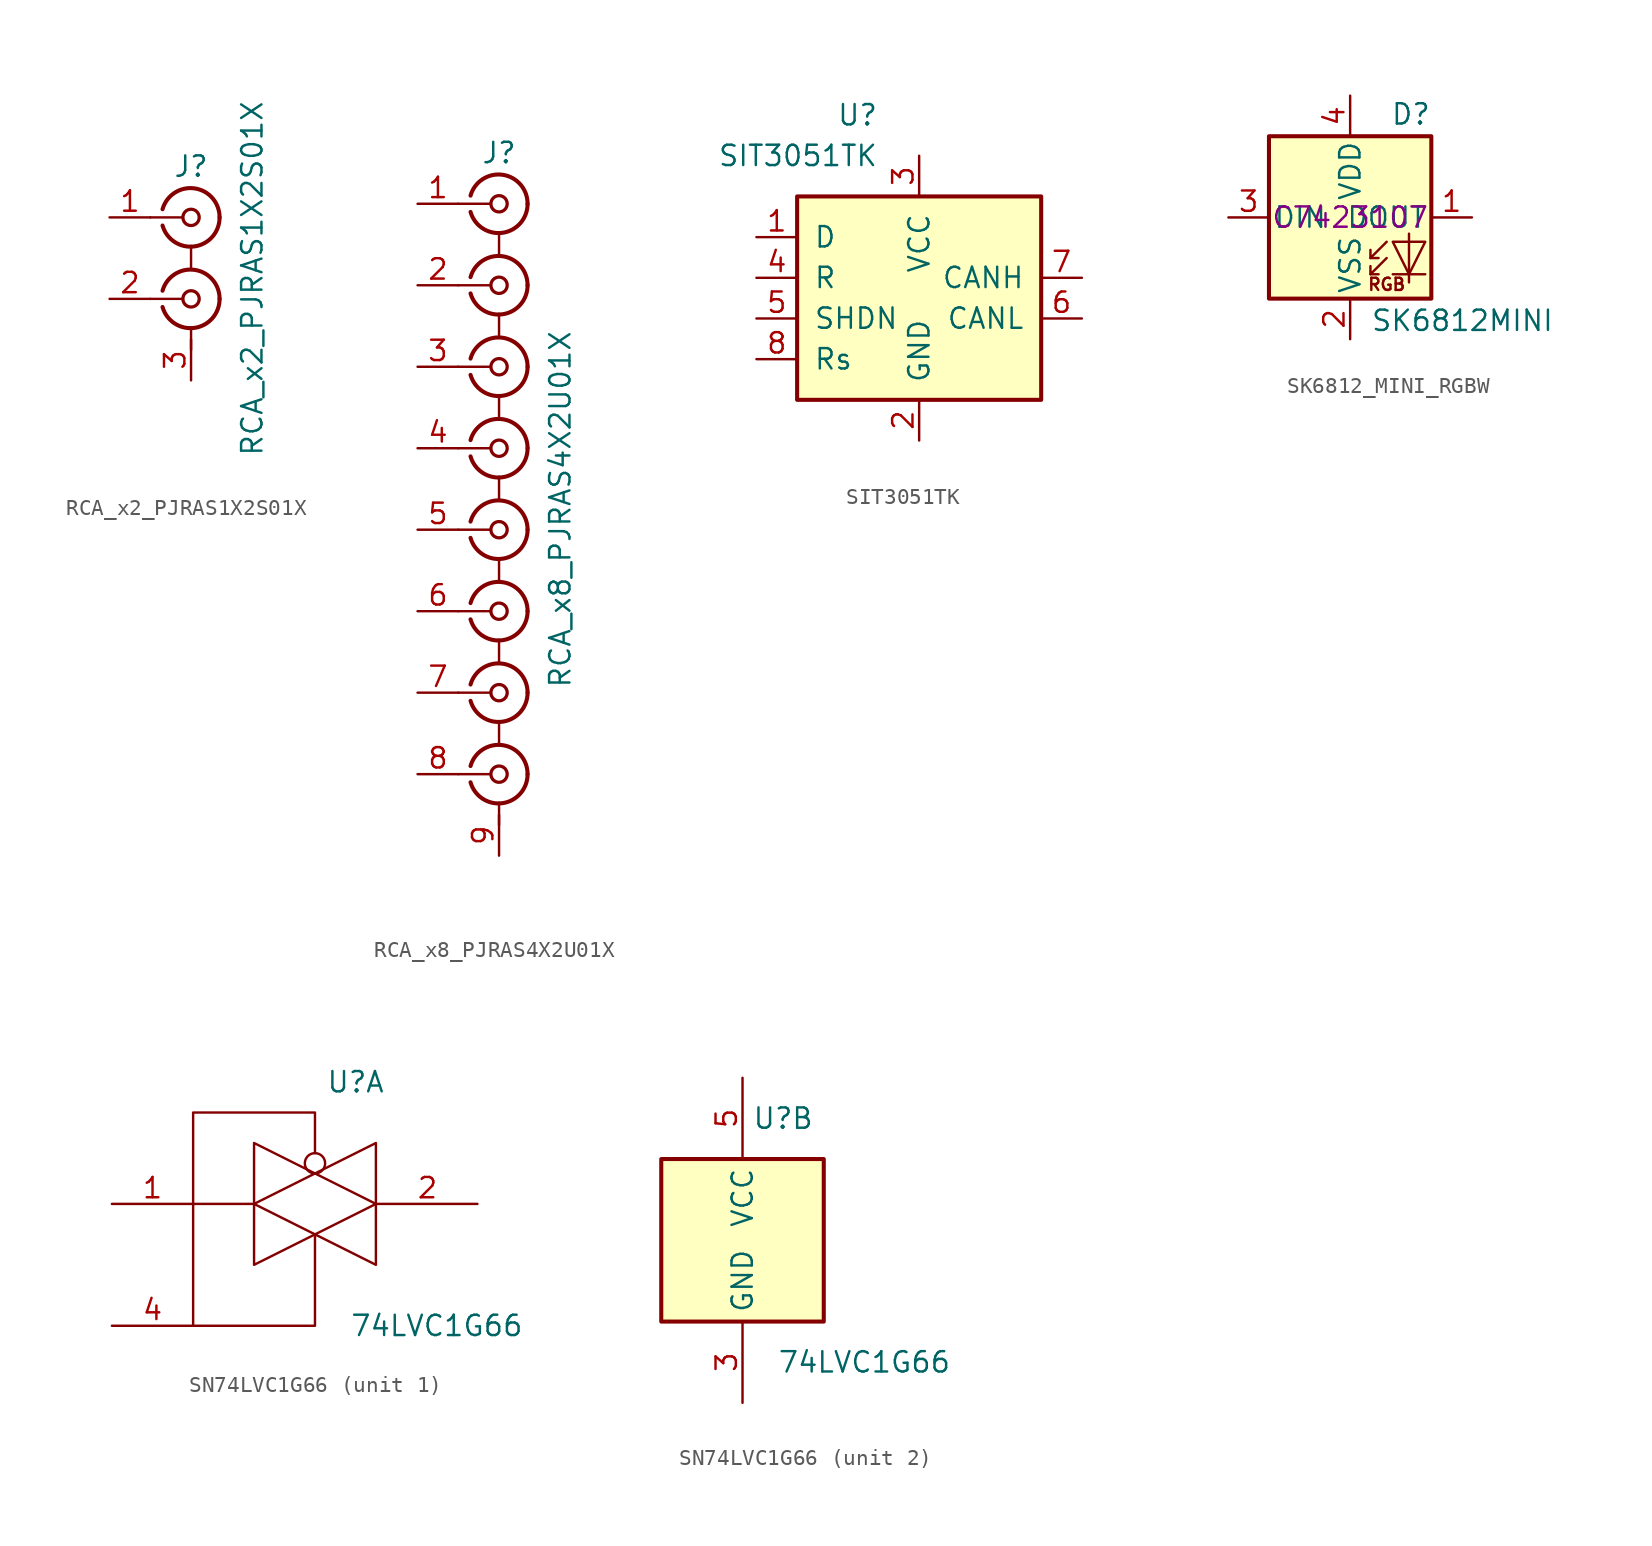
<source format=kicad_sym>
(kicad_symbol_lib
  (version 20220914)
  (generator kicad_symbol_editor)
  (symbol "RCA_x2_PJRAS1X2S01X"
    (pin_names
      (offset 1.016) hide)
    (property "Reference" "J"
      (at 0 5.715 0)
      (effects (font (size 1.27 1.27))))
    (property "Value" "RCA_x2_PJRAS1X2S01X"
      (at 3.81 -1.27 90)
      (effects (font (size 1.27 1.27))))
    (symbol "RCA_x2_PJRAS1X2S01X_0_1"
      (arc (start -1.778 -3.048) (mid 0.222 -4.348) (end 1.778 -2.54) (stroke (width 0.254) (type default)) (fill (type none)))
      (arc (start -1.778 2.032) (mid 0.222 0.732) (end 1.778 2.54) (stroke (width 0.254) (type default)) (fill (type none)))
      (circle (center 0 -2.54) (radius 0.508) (stroke (width 0.203) (type default)) (fill (type none)))
      (polyline (pts (xy -2.54 -2.54) (xy -0.508 -2.54)) (stroke (width 0) (type default)) (fill (type none)))
      (polyline (pts (xy -2.54 2.54) (xy -0.508 2.54)) (stroke (width 0) (type default)) (fill (type none)))
      (polyline (pts (xy 0 -4.318) (xy 0 -5.715)) (stroke (width 0) (type default)) (fill (type none)))
      (polyline (pts (xy 0 0.762) (xy 0 -0.635)) (stroke (width 0) (type default)) (fill (type none)))
      (circle (center 0 2.54) (radius 0.508) (stroke (width 0.203) (type default)) (fill (type none)))
      (arc (start 1.778 -2.54) (mid 0.222 -0.7317) (end -1.778 -2.032) (stroke (width 0.254) (type default)) (fill (type none)))
      (arc (start 1.778 2.54) (mid 0.222 4.3483) (end -1.778 3.048) (stroke (width 0.254) (type default)) (fill (type none))))
    (symbol "RCA_x2_PJRAS1X2S01X_1_1"
      (pin passive line (at -5.08 2.54 0) (length 2.54) (name "IN1" (effects (font (size 1.27 1.27)))) (number "1" (effects (font (size 1.27 1.27)))))
      (pin passive line (at -5.08 -2.54 0) (length 2.54) (name "IN2" (effects (font (size 1.27 1.27)))) (number "2" (effects (font (size 1.27 1.27)))))
      (pin passive line (at 0 -7.62 90) (length 2.54) (name "GND" (effects (font (size 1.27 1.27)))) (number "3" (effects (font (size 1.27 1.27)))))))
  (symbol "RCA_x8_PJRAS4X2U01X"
    (pin_names
      (offset 1.016) hide)
    (property "Reference" "J"
      (at 0 20.955 0)
      (effects (font (size 1.27 1.27))))
    (property "Value" "RCA_x8_PJRAS4X2U01X"
      (at 3.81 -1.27 90)
      (effects (font (size 1.27 1.27))))
    (symbol "RCA_x8_PJRAS4X2U01X_0_1"
      (arc (start -1.778 -18.288) (mid 0.222 -19.588) (end 1.778 -17.78) (stroke (width 0.254) (type default)) (fill (type none)))
      (arc (start -1.778 -13.208) (mid 0.222 -14.508) (end 1.778 -12.7) (stroke (width 0.254) (type default)) (fill (type none)))
      (arc (start -1.778 -8.128) (mid 0.222 -9.428) (end 1.778 -7.62) (stroke (width 0.254) (type default)) (fill (type none)))
      (arc (start -1.778 -3.048) (mid 0.222 -4.348) (end 1.778 -2.54) (stroke (width 0.254) (type default)) (fill (type none)))
      (arc (start -1.778 2.032) (mid 0.222 0.732) (end 1.778 2.54) (stroke (width 0.254) (type default)) (fill (type none)))
      (arc (start -1.778 7.112) (mid 0.222 5.812) (end 1.778 7.62) (stroke (width 0.254) (type default)) (fill (type none)))
      (arc (start -1.778 12.192) (mid 0.222 10.892) (end 1.778 12.7) (stroke (width 0.254) (type default)) (fill (type none)))
      (arc (start -1.778 17.272) (mid 0.222 15.972) (end 1.778 17.78) (stroke (width 0.254) (type default)) (fill (type none)))
      (circle (center 0 -17.78) (radius 0.508) (stroke (width 0.203) (type default)) (fill (type none)))
      (circle (center 0 -12.7) (radius 0.508) (stroke (width 0.203) (type default)) (fill (type none)))
      (circle (center 0 -7.62) (radius 0.508) (stroke (width 0.203) (type default)) (fill (type none)))
      (circle (center 0 -2.54) (radius 0.508) (stroke (width 0.203) (type default)) (fill (type none)))
      (polyline (pts (xy -2.54 -17.78) (xy -0.508 -17.78)) (stroke (width 0) (type default)) (fill (type none)))
      (polyline (pts (xy -2.54 -12.7) (xy -0.508 -12.7)) (stroke (width 0) (type default)) (fill (type none)))
      (polyline (pts (xy -2.54 -7.62) (xy -0.508 -7.62)) (stroke (width 0) (type default)) (fill (type none)))
      (polyline (pts (xy -2.54 -2.54) (xy -0.508 -2.54)) (stroke (width 0) (type default)) (fill (type none)))
      (polyline (pts (xy -2.54 2.54) (xy -0.508 2.54)) (stroke (width 0) (type default)) (fill (type none)))
      (polyline (pts (xy -2.54 7.62) (xy -0.508 7.62)) (stroke (width 0) (type default)) (fill (type none)))
      (polyline (pts (xy -2.54 12.7) (xy -0.508 12.7)) (stroke (width 0) (type default)) (fill (type none)))
      (polyline (pts (xy -2.54 17.78) (xy -0.508 17.78)) (stroke (width 0) (type default)) (fill (type none)))
      (polyline (pts (xy 0 -19.558) (xy 0 -20.955)) (stroke (width 0) (type default)) (fill (type none)))
      (polyline (pts (xy 0 -14.478) (xy 0 -15.875)) (stroke (width 0) (type default)) (fill (type none)))
      (polyline (pts (xy 0 -9.398) (xy 0 -10.795)) (stroke (width 0) (type default)) (fill (type none)))
      (polyline (pts (xy 0 -4.318) (xy 0 -5.715)) (stroke (width 0) (type default)) (fill (type none)))
      (polyline (pts (xy 0 0.762) (xy 0 -0.635)) (stroke (width 0) (type default)) (fill (type none)))
      (polyline (pts (xy 0 5.842) (xy 0 4.445)) (stroke (width 0) (type default)) (fill (type none)))
      (polyline (pts (xy 0 10.922) (xy 0 9.525)) (stroke (width 0) (type default)) (fill (type none)))
      (polyline (pts (xy 0 16.002) (xy 0 14.605)) (stroke (width 0) (type default)) (fill (type none)))
      (circle (center 0 2.54) (radius 0.508) (stroke (width 0.203) (type default)) (fill (type none)))
      (circle (center 0 7.62) (radius 0.508) (stroke (width 0.203) (type default)) (fill (type none)))
      (circle (center 0 12.7) (radius 0.508) (stroke (width 0.203) (type default)) (fill (type none)))
      (circle (center 0 17.78) (radius 0.508) (stroke (width 0.203) (type default)) (fill (type none)))
      (arc (start 1.778 -17.78) (mid 0.222 -15.9717) (end -1.778 -17.272) (stroke (width 0.254) (type default)) (fill (type none)))
      (arc (start 1.778 -12.7) (mid 0.222 -10.8917) (end -1.778 -12.192) (stroke (width 0.254) (type default)) (fill (type none)))
      (arc (start 1.778 -7.62) (mid 0.222 -5.8117) (end -1.778 -7.112) (stroke (width 0.254) (type default)) (fill (type none)))
      (arc (start 1.778 -2.54) (mid 0.222 -0.7317) (end -1.778 -2.032) (stroke (width 0.254) (type default)) (fill (type none)))
      (arc (start 1.778 2.54) (mid 0.222 4.3483) (end -1.778 3.048) (stroke (width 0.254) (type default)) (fill (type none)))
      (arc (start 1.778 7.62) (mid 0.222 9.4283) (end -1.778 8.128) (stroke (width 0.254) (type default)) (fill (type none)))
      (arc (start 1.778 12.7) (mid 0.222 14.5083) (end -1.778 13.208) (stroke (width 0.254) (type default)) (fill (type none)))
      (arc (start 1.778 17.78) (mid 0.222 19.5883) (end -1.778 18.288) (stroke (width 0.254) (type default)) (fill (type none))))
    (symbol "RCA_x8_PJRAS4X2U01X_1_1"
      (pin passive line (at -5.08 17.78 0) (length 2.54) (name "IN1" (effects (font (size 1.27 1.27)))) (number "1" (effects (font (size 1.27 1.27)))))
      (pin passive line (at -5.08 12.7 0) (length 2.54) (name "IN2" (effects (font (size 1.27 1.27)))) (number "2" (effects (font (size 1.27 1.27)))))
      (pin passive line (at -5.08 7.62 0) (length 2.54) (name "IN3" (effects (font (size 1.27 1.27)))) (number "3" (effects (font (size 1.27 1.27)))))
      (pin passive line (at -5.08 2.54 0) (length 2.54) (name "IN4" (effects (font (size 1.27 1.27)))) (number "4" (effects (font (size 1.27 1.27)))))
      (pin passive line (at -5.08 -2.54 0) (length 2.54) (name "IN5" (effects (font (size 1.27 1.27)))) (number "5" (effects (font (size 1.27 1.27)))))
      (pin passive line (at -5.08 -7.62 0) (length 2.54) (name "IN6" (effects (font (size 1.27 1.27)))) (number "6" (effects (font (size 1.27 1.27)))))
      (pin passive line (at -5.08 -12.7 0) (length 2.54) (name "IN7" (effects (font (size 1.27 1.27)))) (number "7" (effects (font (size 1.27 1.27)))))
      (pin passive line (at -5.08 -17.78 0) (length 2.54) (name "IN8" (effects (font (size 1.27 1.27)))) (number "8" (effects (font (size 1.27 1.27)))))
      (pin passive line (at 0 -22.86 90) (length 2.54) (name "GND" (effects (font (size 1.27 1.27)))) (number "9" (effects (font (size 1.27 1.27)))))))
  (symbol "SIT3051TK"
    (pin_names
      (offset 1.016))
    (property "Reference" "U"
      (at -2.54 10.16 0)
      (effects (font (size 1.27 1.27)) (justify right)))
    (property "Value" "SIT3051TK"
      (at -2.54 7.62 0)
      (effects (font (size 1.27 1.27)) (justify right)))
    (symbol "SIT3051TK_0_1"
      (rectangle (start -7.62 5.08) (end 7.62 -7.62) (stroke (width 0.254) (type default)) (fill (type background))))
    (symbol "SIT3051TK_1_1"
      (pin input line (at -10.16 2.54 0) (length 2.54) (name "D" (effects (font (size 1.27 1.27)))) (number "1" (effects (font (size 1.27 1.27)))))
      (pin power_in line (at 0 -10.16 90) (length 2.54) (name "GND" (effects (font (size 1.27 1.27)))) (number "2" (effects (font (size 1.27 1.27)))))
      (pin power_in line (at 0 7.62 270) (length 2.54) (name "VCC" (effects (font (size 1.27 1.27)))) (number "3" (effects (font (size 1.27 1.27)))))
      (pin output line (at -10.16 0 0) (length 2.54) (name "R" (effects (font (size 1.27 1.27)))) (number "4" (effects (font (size 1.27 1.27)))))
      (pin output line (at -10.16 -2.54 0) (length 2.54) (name "SHDN" (effects (font (size 1.27 1.27)))) (number "5" (effects (font (size 1.27 1.27)))))
      (pin bidirectional line (at 10.16 -2.54 180) (length 2.54) (name "CANL" (effects (font (size 1.27 1.27)))) (number "6" (effects (font (size 1.27 1.27)))))
      (pin bidirectional line (at 10.16 0 180) (length 2.54) (name "CANH" (effects (font (size 1.27 1.27)))) (number "7" (effects (font (size 1.27 1.27)))))
      (pin input line (at -10.16 -5.08 0) (length 2.54) (name "Rs" (effects (font (size 1.27 1.27)))) (number "8" (effects (font (size 1.27 1.27)))))
      (pin power_in line (at 0 -10.16 90) (length 2.54) hide (name "GND" (effects (font (size 1.27 1.27)))) (number "9" (effects (font (size 1.27 1.27)))))))
  (symbol "SK6812_MINI_RGBW"
    (pin_names
      (offset 0.254))
    (property "Reference" "D"
      (at 5.08 5.715 0)
      (effects (font (size 1.27 1.27)) (justify right bottom)))
    (property "Value" "SK6812MINI"
      (at 1.27 -5.715 0)
      (effects (font (size 1.27 1.27)) (justify left top)))
    (property "LCSC" "C7423107"
      (at 0 0 0)
      (effects (font (size 1.27 1.27))))
    (symbol "SK6812_MINI_RGBW_0_0"
      (text "RGB" (at 2.286 -4.191 0) (effects (font (size 0.762 0.762)))))
    (symbol "SK6812_MINI_RGBW_0_1"
      (polyline (pts (xy 1.27 -3.556) (xy 1.778 -3.556)) (stroke (width 0) (type default)) (fill (type none)))
      (polyline (pts (xy 1.27 -2.54) (xy 1.778 -2.54)) (stroke (width 0) (type default)) (fill (type none)))
      (polyline (pts (xy 4.699 -3.556) (xy 2.667 -3.556)) (stroke (width 0) (type default)) (fill (type none)))
      (polyline (pts (xy 2.286 -2.54) (xy 1.27 -3.556) (xy 1.27 -3.048)) (stroke (width 0) (type default)) (fill (type none)))
      (polyline (pts (xy 2.286 -1.524) (xy 1.27 -2.54) (xy 1.27 -2.032)) (stroke (width 0) (type default)) (fill (type none)))
      (polyline (pts (xy 3.683 -1.016) (xy 3.683 -3.556) (xy 3.683 -4.064)) (stroke (width 0) (type default)) (fill (type none)))
      (polyline (pts (xy 4.699 -1.524) (xy 2.667 -1.524) (xy 3.683 -3.556) (xy 4.699 -1.524)) (stroke (width 0) (type default)) (fill (type none)))
      (rectangle (start 5.08 5.08) (end -5.08 -5.08) (stroke (width 0.254) (type default)) (fill (type background))))
    (symbol "SK6812_MINI_RGBW_1_1"
      (pin output line (at 7.62 0 180) (length 2.54) (name "DOUT" (effects (font (size 1.27 1.27)))) (number "1" (effects (font (size 1.27 1.27)))))
      (pin power_in line (at 0 -7.62 90) (length 2.54) (name "VSS" (effects (font (size 1.27 1.27)))) (number "2" (effects (font (size 1.27 1.27)))))
      (pin input line (at -7.62 0 0) (length 2.54) (name "DIN" (effects (font (size 1.27 1.27)))) (number "3" (effects (font (size 1.27 1.27)))))
      (pin power_in line (at 0 7.62 270) (length 2.54) (name "VDD" (effects (font (size 1.27 1.27)))) (number "4" (effects (font (size 1.27 1.27)))))))
  (symbol "SN74LVC1G66"
    (property "Reference" "U"
      (at 2.54 7.62 0)
      (effects (font (size 1.27 1.27))))
    (property "Value" "74LVC1G66"
      (at 7.62 -7.62 0)
      (effects (font (size 1.27 1.27))))
    (property "ki_locked" ""
      (at 0 0 0)
      (effects (font (size 1.27 1.27))))
    (symbol "SN74LVC1G66_1_1"
      (polyline (pts (xy -7.62 0) (xy -3.81 0)) (stroke (width 0.152) (type default)) (fill (type none)))
      (polyline (pts (xy -7.62 -7.62) (xy 0 -7.62) (xy 0 -1.905)) (stroke (width 0.152) (type default)) (fill (type none)))
      (polyline (pts (xy -7.62 -7.62) (xy -7.62 5.715) (xy 0 5.715) (xy 0 3.175)) (stroke (width 0.152) (type default)) (fill (type none)))
      (polyline (pts (xy -3.81 0) (xy 3.81 3.81) (xy 3.81 -3.81) (xy -3.81 0)) (stroke (width 0.152) (type default)) (fill (type none)))
      (polyline (pts (xy -3.81 3.81) (xy -3.81 -3.81) (xy 3.81 0) (xy -3.81 3.81)) (stroke (width 0.152) (type default)) (fill (type none)))
      (circle (center 0 2.54) (radius 0.635) (stroke (width 0.152) (type default)) (fill (type none)))
      (pin bidirectional line (at -12.7 0 0) (length 5.08) (name "~" (effects (font (size 1.27 1.27)))) (number "1" (effects (font (size 1.27 1.27)))))
      (pin bidirectional line (at 10.16 0 180) (length 6.25) (name "~" (effects (font (size 1.27 1.27)))) (number "2" (effects (font (size 1.27 1.27)))))
      (pin input line (at -12.7 -7.62 0) (length 5.08) (name "~" (effects (font (size 1.27 1.27)))) (number "4" (effects (font (size 1.27 1.27))))))
    (symbol "SN74LVC1G66_2_1"
      (rectangle (start -5.08 5.08) (end 5.08 -5.08) (stroke (width 0.254) (type default)) (fill (type background)))
      (pin power_in line (at 0 -10.16 90) (length 5.08) (name "GND" (effects (font (size 1.27 1.27)))) (number "3" (effects (font (size 1.27 1.27)))))
      (pin power_in line (at 0 10.16 270) (length 5.08) (name "VCC" (effects (font (size 1.27 1.27)))) (number "5" (effects (font (size 1.27 1.27))))))))
</source>
